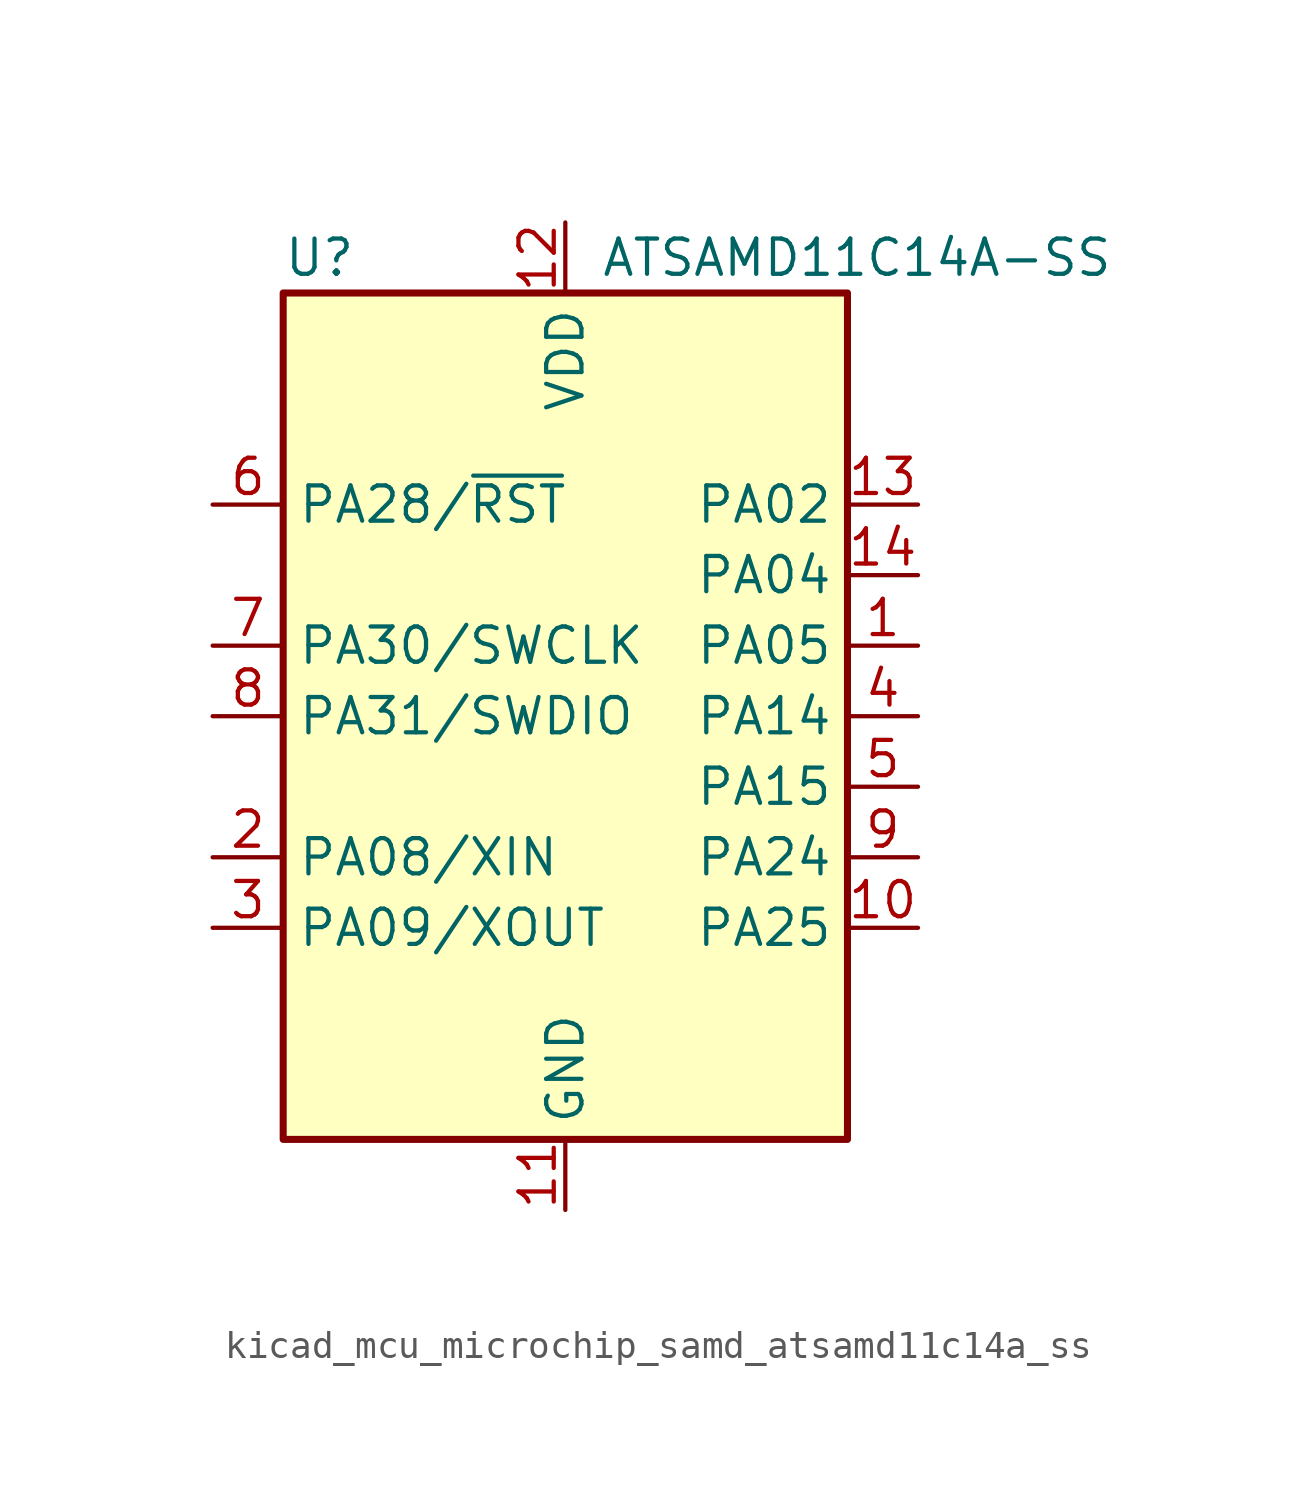
<source format=kicad_sym>
(kicad_symbol_lib
  (version 20220914)
  (generator kicad_symbol_editor)
  (symbol "kicad_mcu_microchip_samd_atsamd11c14a_ss"
    (property "Reference" "U"
      (at -10.16 16.51 0)
      (effects (font (size 1.27 1.27)) (justify left)))
    (property "Value" "ATSAMD11C14A-SS"
      (at 1.27 16.51 0)
      (effects (font (size 1.27 1.27)) (justify left)))
    (symbol "kicad_mcu_microchip_samd_atsamd11c14a_ss_0_1"
      (rectangle (start -10.16 15.24) (end 10.16 -15.24) (stroke (width 0.254) (type default)) (fill (type background))))
    (symbol "kicad_mcu_microchip_samd_atsamd11c14a_ss_1_1"
      (pin bidirectional line (at 12.7 2.54 180) (length 2.54) (name "PA05" (effects (font (size 1.27 1.27)))) (number "1" (effects (font (size 1.27 1.27)))))
      (pin bidirectional line (at 12.7 -7.62 180) (length 2.54) (name "PA25" (effects (font (size 1.27 1.27)))) (number "10" (effects (font (size 1.27 1.27)))))
      (pin power_in line (at 0 -17.78 90) (length 2.54) (name "GND" (effects (font (size 1.27 1.27)))) (number "11" (effects (font (size 1.27 1.27)))))
      (pin power_in line (at 0 17.78 270) (length 2.54) (name "VDD" (effects (font (size 1.27 1.27)))) (number "12" (effects (font (size 1.27 1.27)))))
      (pin bidirectional line (at 12.7 7.62 180) (length 2.54) (name "PA02" (effects (font (size 1.27 1.27)))) (number "13" (effects (font (size 1.27 1.27)))))
      (pin bidirectional line (at 12.7 5.08 180) (length 2.54) (name "PA04" (effects (font (size 1.27 1.27)))) (number "14" (effects (font (size 1.27 1.27)))))
      (pin bidirectional line (at -12.7 -5.08 0) (length 2.54) (name "PA08/XIN" (effects (font (size 1.27 1.27)))) (number "2" (effects (font (size 1.27 1.27)))))
      (pin bidirectional line (at -12.7 -7.62 0) (length 2.54) (name "PA09/XOUT" (effects (font (size 1.27 1.27)))) (number "3" (effects (font (size 1.27 1.27)))))
      (pin bidirectional line (at 12.7 0 180) (length 2.54) (name "PA14" (effects (font (size 1.27 1.27)))) (number "4" (effects (font (size 1.27 1.27)))))
      (pin bidirectional line (at 12.7 -2.54 180) (length 2.54) (name "PA15" (effects (font (size 1.27 1.27)))) (number "5" (effects (font (size 1.27 1.27)))))
      (pin bidirectional line (at -12.7 7.62 0) (length 2.54) (name "PA28/~{RST}" (effects (font (size 1.27 1.27)))) (number "6" (effects (font (size 1.27 1.27)))))
      (pin bidirectional line (at -12.7 2.54 0) (length 2.54) (name "PA30/SWCLK" (effects (font (size 1.27 1.27)))) (number "7" (effects (font (size 1.27 1.27)))))
      (pin bidirectional line (at -12.7 0 0) (length 2.54) (name "PA31/SWDIO" (effects (font (size 1.27 1.27)))) (number "8" (effects (font (size 1.27 1.27)))))
      (pin bidirectional line (at 12.7 -5.08 180) (length 2.54) (name "PA24" (effects (font (size 1.27 1.27)))) (number "9" (effects (font (size 1.27 1.27))))))))
</source>
